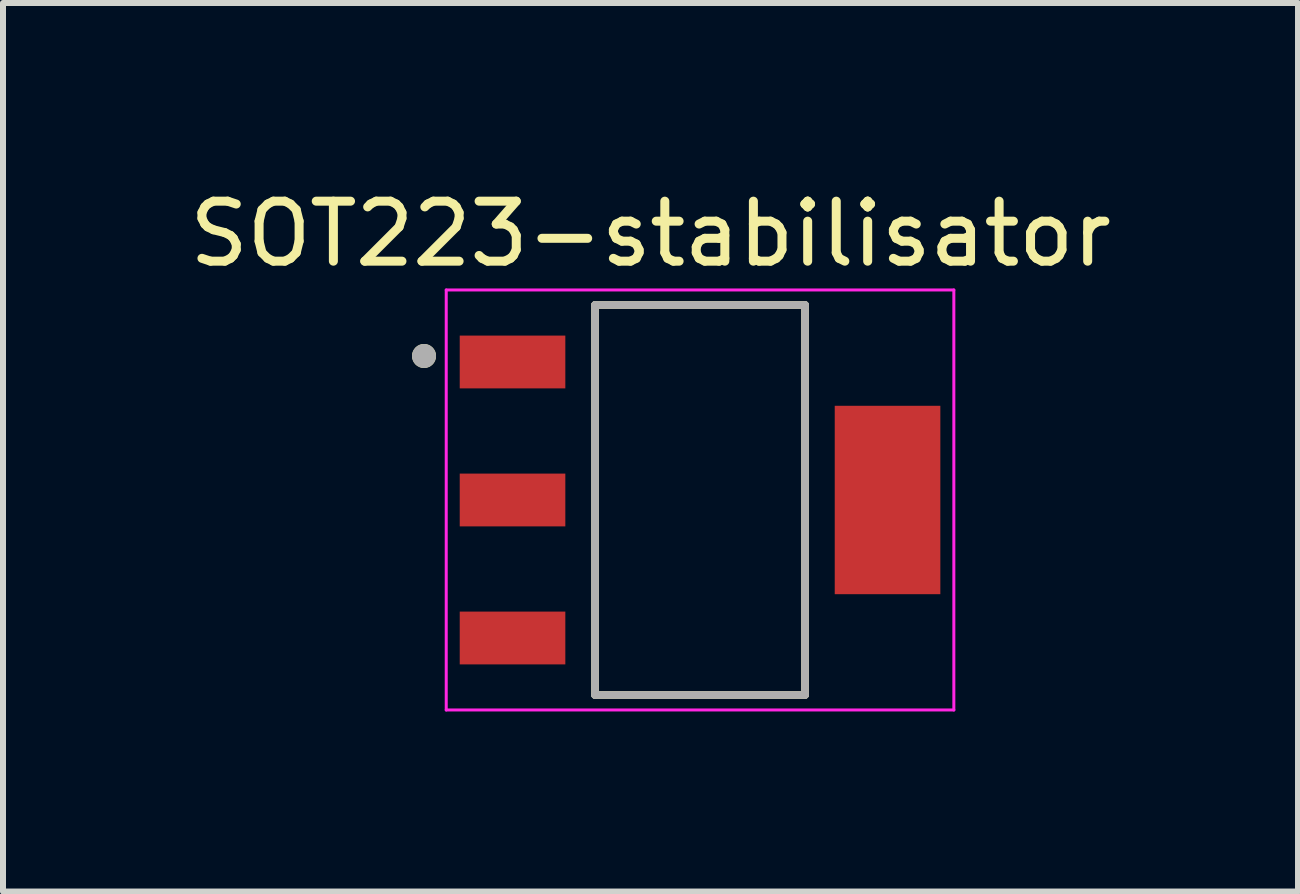
<source format=kicad_pcb>
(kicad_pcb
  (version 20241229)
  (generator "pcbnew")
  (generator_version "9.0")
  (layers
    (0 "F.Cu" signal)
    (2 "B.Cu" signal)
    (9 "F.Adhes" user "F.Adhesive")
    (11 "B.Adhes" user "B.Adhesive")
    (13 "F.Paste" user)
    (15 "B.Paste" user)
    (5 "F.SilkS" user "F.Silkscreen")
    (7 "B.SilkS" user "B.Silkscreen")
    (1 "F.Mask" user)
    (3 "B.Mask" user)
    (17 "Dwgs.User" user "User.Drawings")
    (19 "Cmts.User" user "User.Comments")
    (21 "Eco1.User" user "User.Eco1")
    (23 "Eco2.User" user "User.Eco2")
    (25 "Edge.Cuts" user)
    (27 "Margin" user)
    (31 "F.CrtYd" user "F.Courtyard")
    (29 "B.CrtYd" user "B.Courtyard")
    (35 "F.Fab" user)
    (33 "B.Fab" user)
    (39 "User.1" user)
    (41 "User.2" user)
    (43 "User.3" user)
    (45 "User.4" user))
  (footprint "SOT223-stabilisator"
    (layer "F.Cu")
    (at 8.617 5.283)
    (property "Reference" "SOT223-stabilisator" (at -0.825 -4.435 0) (layer "F.SilkS") (effects (font (size 1 1) (thickness 0.15))))
    (attr smd)
    (fp_line (start -1.75 -3.25) (end 1.75 -3.25) (stroke (width 0.127) (type solid)) (layer "F.SilkS"))
    (fp_line (start -1.75 3.25) (end -1.75 -3.25) (stroke (width 0.127) (type solid)) (layer "F.SilkS"))
    (fp_line (start 1.75 -3.25) (end 1.75 3.25) (stroke (width 0.127) (type solid)) (layer "F.SilkS"))
    (fp_line (start 1.75 3.25) (end -1.75 3.25) (stroke (width 0.127) (type solid)) (layer "F.SilkS"))
    (fp_circle (center -4.6 -2.4) (end -4.5 -2.4) (stroke (width 0.2) (type solid)) (fill no) (layer "F.SilkS"))
    (fp_line (start -4.23 -3.5) (end -4.23 3.5) (stroke (width 0.05) (type solid)) (layer "F.CrtYd"))
    (fp_line (start -4.23 3.5) (end 4.23 3.5) (stroke (width 0.05) (type solid)) (layer "F.CrtYd"))
    (fp_line (start 4.23 -3.5) (end -4.23 -3.5) (stroke (width 0.05) (type solid)) (layer "F.CrtYd"))
    (fp_line (start 4.23 3.5) (end 4.23 -3.5) (stroke (width 0.05) (type solid)) (layer "F.CrtYd"))
    (fp_line (start -1.75 -3.25) (end 1.75 -3.25) (stroke (width 0.127) (type solid)) (layer "F.Fab"))
    (fp_line (start -1.75 3.25) (end -1.75 -3.25) (stroke (width 0.127) (type solid)) (layer "F.Fab"))
    (fp_line (start 1.75 -3.25) (end 1.75 3.25) (stroke (width 0.127) (type solid)) (layer "F.Fab"))
    (fp_line (start 1.75 3.25) (end -1.75 3.25) (stroke (width 0.127) (type solid)) (layer "F.Fab"))
    (fp_circle (center -4.6 -2.4) (end -4.5 -2.4) (stroke (width 0.2) (type solid)) (fill no) (layer "F.Fab"))
    (pad "1" smd rect (at -3.125 -2.3) (size 1.76 0.88) (layers "F.Cu" "F.Mask" "F.Paste"))
    (pad "2" smd rect (at -3.125 0) (size 1.76 0.88) (layers "F.Cu" "F.Mask" "F.Paste"))
    (pad "3" smd rect (at -3.125 2.3) (size 1.76 0.88) (layers "F.Cu" "F.Mask" "F.Paste"))
    (pad "4" smd rect (at 3.125 0) (size 1.76 3.14) (layers "F.Cu" "F.Mask" "F.Paste")))
  (gr_rect
    (start -3 -3)
    (end 18.583 11.808)
    (stroke (width 0.1) (type default))
    (fill no)
    (layer "Edge.Cuts")))
</source>
